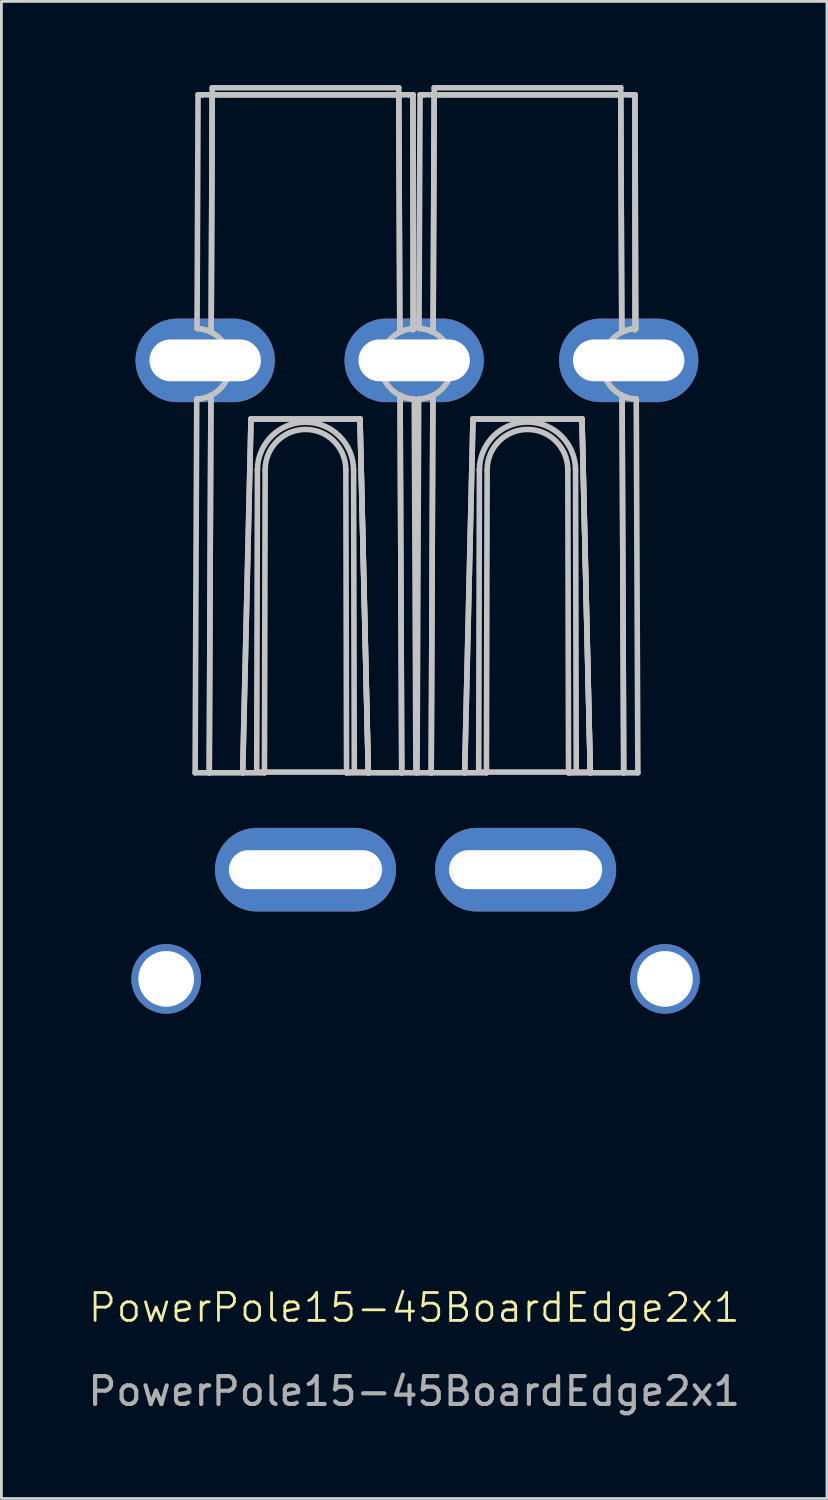
<source format=kicad_pcb>
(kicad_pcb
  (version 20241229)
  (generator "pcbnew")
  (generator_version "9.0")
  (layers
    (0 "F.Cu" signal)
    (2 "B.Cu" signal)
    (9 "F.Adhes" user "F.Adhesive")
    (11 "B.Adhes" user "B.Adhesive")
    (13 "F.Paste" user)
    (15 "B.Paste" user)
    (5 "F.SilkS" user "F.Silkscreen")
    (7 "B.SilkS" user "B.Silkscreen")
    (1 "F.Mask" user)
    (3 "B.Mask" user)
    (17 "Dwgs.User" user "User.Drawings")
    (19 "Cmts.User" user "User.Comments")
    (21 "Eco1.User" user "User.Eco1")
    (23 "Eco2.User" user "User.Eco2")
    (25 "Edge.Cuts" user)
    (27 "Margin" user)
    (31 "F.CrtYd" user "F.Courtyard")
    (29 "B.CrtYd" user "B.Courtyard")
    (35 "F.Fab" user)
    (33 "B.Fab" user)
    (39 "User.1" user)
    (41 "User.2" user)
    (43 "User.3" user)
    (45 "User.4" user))
  (footprint "PowerPole15-45BoardEdge2x1"
    (layer "F.Cu")
    (at 7.915 36.084)
    (property "Reference" "PowerPole15-45BoardEdge2x1" (at 3.9 7.8 0) (unlocked yes) (layer "F.SilkS") (effects (font (size 1 1) (thickness 0.1))))
    (attr board_only exclude_from_pos_files exclude_from_bom)
    (fp_line (start -3.962 -11.397) (end -3.454 -11.397) (stroke (width 0.2) (type default)) (layer "Dwgs.User"))
    (fp_line (start -3.904 -24.81) (end -3.962 -11.397) (stroke (width 0.2) (type default)) (layer "Dwgs.User"))
    (fp_line (start -3.865 -24.812) (end -3.755 -24.825) (stroke (width 0.2) (type default)) (layer "Dwgs.User"))
    (fp_line (start -3.856 -35.732) (end -3.893 -27.346) (stroke (width 0.2) (type default)) (layer "Dwgs.User"))
    (fp_line (start -3.755 -24.825) (end -3.585 -24.866) (stroke (width 0.2) (type default)) (layer "Dwgs.User"))
    (fp_line (start -3.744 -27.329) (end -3.854 -27.344) (stroke (width 0.2) (type default)) (layer "Dwgs.User"))
    (fp_line (start -3.707 -35.732) (end -3.856 -35.732) (stroke (width 0.2) (type default)) (layer "Dwgs.User"))
    (fp_line (start -3.585 -24.866) (end -3.395 -24.942) (stroke (width 0.2) (type default)) (layer "Dwgs.User"))
    (fp_line (start -3.575 -27.288) (end -3.744 -27.329) (stroke (width 0.2) (type default)) (layer "Dwgs.User"))
    (fp_line (start -3.454 -11.397) (end -3.395 -24.942) (stroke (width 0.2) (type default)) (layer "Dwgs.User"))
    (fp_line (start -3.454 -11.397) (end -2.255 -11.397) (stroke (width 0.2) (type default)) (layer "Dwgs.User"))
    (fp_line (start -3.395 -24.942) (end -3.454 -11.397) (stroke (width 0.2) (type default)) (layer "Dwgs.User"))
    (fp_line (start -3.385 -27.21) (end -3.575 -27.288) (stroke (width 0.2) (type default)) (layer "Dwgs.User"))
    (fp_line (start -3.385 -27.21) (end -3.348 -35.732) (stroke (width 0.2) (type default)) (layer "Dwgs.User"))
    (fp_line (start -3.348 -35.984) (end 3.348 -35.984) (stroke (width 0.2) (type default)) (layer "Dwgs.User"))
    (fp_line (start -3.348 -35.732) (end -3.707 -35.732) (stroke (width 0.2) (type default)) (layer "Dwgs.User"))
    (fp_line (start -3.348 -35.732) (end -3.385 -27.21) (stroke (width 0.2) (type default)) (layer "Dwgs.User"))
    (fp_line (start -3.348 -35.732) (end -3.348 -35.984) (stroke (width 0.2) (type default)) (layer "Dwgs.User"))
    (fp_line (start -2.255 -11.397) (end -1.956 -24.097) (stroke (width 0.2) (type default)) (layer "Dwgs.User"))
    (fp_line (start -2.255 -11.397) (end -1.473 -11.397) (stroke (width 0.2) (type default)) (layer "Dwgs.User"))
    (fp_line (start -1.956 -24.097) (end -2.255 -11.397) (stroke (width 0.2) (type default)) (layer "Dwgs.User"))
    (fp_line (start -1.956 -24.097) (end 1.956 -24.097) (stroke (width 0.2) (type default)) (layer "Dwgs.User"))
    (fp_line (start -1.751 -11.423) (end 2.254 -11.423) (stroke (width 0.2) (type default)) (layer "Dwgs.User"))
    (fp_line (start -1.726 -22.274) (end -1.751 -11.423) (stroke (width 0.2) (type default)) (layer "Dwgs.User"))
    (fp_line (start -1.726 -22.274) (end -1.726 -22.274) (stroke (width 0.2) (type default)) (layer "Dwgs.User"))
    (fp_line (start -1.651 -8.4) (end -1.651 -7.359) (stroke (width 0.2) (type default)) (layer "Dwgs.User"))
    (fp_line (start -1.651 -7.359) (end 1.651 -7.359) (stroke (width 0.2) (type default)) (layer "Dwgs.User"))
    (fp_line (start -1.473 -11.397) (end -1.448 -22.273) (stroke (width 0.2) (type default)) (layer "Dwgs.User"))
    (fp_line (start 1.448 -22.273) (end 1.473 -11.397) (stroke (width 0.2) (type default)) (layer "Dwgs.User"))
    (fp_line (start 1.473 -11.397) (end 2.255 -11.397) (stroke (width 0.2) (type default)) (layer "Dwgs.User"))
    (fp_line (start 1.651 -8.4) (end -1.651 -8.4) (stroke (width 0.2) (type default)) (layer "Dwgs.User"))
    (fp_line (start 1.651 -7.359) (end 1.651 -8.4) (stroke (width 0.2) (type default)) (layer "Dwgs.User"))
    (fp_line (start 1.751 -11.423) (end 1.473 -11.397) (stroke (width 0.2) (type default)) (layer "Dwgs.User"))
    (fp_line (start 1.751 -11.423) (end 1.726 -22.274) (stroke (width 0.2) (type default)) (layer "Dwgs.User"))
    (fp_line (start 1.956 -24.097) (end -1.956 -24.097) (stroke (width 0.2) (type default)) (layer "Dwgs.User"))
    (fp_line (start 1.956 -24.097) (end 2.255 -11.397) (stroke (width 0.2) (type default)) (layer "Dwgs.User"))
    (fp_line (start 1.956 -24.097) (end 2.255 -11.397) (stroke (width 0.2) (type default)) (layer "Dwgs.User"))
    (fp_line (start 2.254 -11.423) (end 1.956 -24.097) (stroke (width 0.2) (type default)) (layer "Dwgs.User"))
    (fp_line (start 2.255 -11.397) (end 3.454 -11.397) (stroke (width 0.2) (type default)) (layer "Dwgs.User"))
    (fp_line (start 3.348 -35.984) (end 3.348 -35.732) (stroke (width 0.2) (type default)) (layer "Dwgs.User"))
    (fp_line (start 3.348 -35.732) (end -3.348 -35.732) (stroke (width 0.2) (type default)) (layer "Dwgs.User"))
    (fp_line (start 3.348 -35.732) (end -3.348 -35.732) (stroke (width 0.2) (type default)) (layer "Dwgs.User"))
    (fp_line (start 3.348 -35.732) (end 3.385 -27.21) (stroke (width 0.2) (type default)) (layer "Dwgs.User"))
    (fp_line (start 3.385 -27.21) (end 3.348 -35.732) (stroke (width 0.2) (type default)) (layer "Dwgs.User"))
    (fp_line (start 3.395 -24.942) (end 3.454 -11.397) (stroke (width 0.2) (type default)) (layer "Dwgs.User"))
    (fp_line (start 3.395 -24.942) (end 3.585 -24.866) (stroke (width 0.2) (type default)) (layer "Dwgs.User"))
    (fp_line (start 3.454 -11.397) (end 3.395 -24.942) (stroke (width 0.2) (type default)) (layer "Dwgs.User"))
    (fp_line (start 3.454 -11.397) (end 3.962 -11.397) (stroke (width 0.2) (type default)) (layer "Dwgs.User"))
    (fp_line (start 3.575 -27.288) (end 3.385 -27.21) (stroke (width 0.2) (type default)) (layer "Dwgs.User"))
    (fp_line (start 3.585 -24.866) (end 3.755 -24.825) (stroke (width 0.2) (type default)) (layer "Dwgs.User"))
    (fp_line (start 3.707 -35.732) (end 3.348 -35.732) (stroke (width 0.2) (type default)) (layer "Dwgs.User"))
    (fp_line (start 3.745 -27.33) (end 3.575 -27.288) (stroke (width 0.2) (type default)) (layer "Dwgs.User"))
    (fp_line (start 3.755 -24.825) (end 3.865 -24.812) (stroke (width 0.2) (type default)) (layer "Dwgs.User"))
    (fp_line (start 3.854 -27.344) (end 3.745 -27.33) (stroke (width 0.2) (type default)) (layer "Dwgs.User"))
    (fp_line (start 3.855 -35.732) (end 3.856 -35.732) (stroke (width 0.2) (type default)) (layer "Dwgs.User"))
    (fp_line (start 3.855 -35.732) (end 3.707 -35.732) (stroke (width 0.2) (type default)) (layer "Dwgs.User"))
    (fp_line (start 3.855 -35.732) (end 3.855 -27.292) (stroke (width 0.2) (type default)) (layer "Dwgs.User"))
    (fp_line (start 3.893 -27.346) (end 3.856 -35.732) (stroke (width 0.2) (type default)) (layer "Dwgs.User"))
    (fp_line (start 3.962 -11.397) (end 3.904 -24.81) (stroke (width 0.2) (type default)) (layer "Dwgs.User"))
    (fp_line (start 4.004 -11.397) (end 4.512 -11.397) (stroke (width 0.2) (type default)) (layer "Dwgs.User"))
    (fp_line (start 4.063 -24.81) (end 4.004 -11.397) (stroke (width 0.2) (type default)) (layer "Dwgs.User"))
    (fp_line (start 4.102 -24.812) (end 4.212 -24.825) (stroke (width 0.2) (type default)) (layer "Dwgs.User"))
    (fp_line (start 4.111 -35.732) (end 4.074 -27.346) (stroke (width 0.2) (type default)) (layer "Dwgs.User"))
    (fp_line (start 4.212 -24.825) (end 4.382 -24.866) (stroke (width 0.2) (type default)) (layer "Dwgs.User"))
    (fp_line (start 4.223 -27.329) (end 4.113 -27.344) (stroke (width 0.2) (type default)) (layer "Dwgs.User"))
    (fp_line (start 4.259 -35.732) (end 4.111 -35.732) (stroke (width 0.2) (type default)) (layer "Dwgs.User"))
    (fp_line (start 4.382 -24.866) (end 4.572 -24.942) (stroke (width 0.2) (type default)) (layer "Dwgs.User"))
    (fp_line (start 4.392 -27.288) (end 4.223 -27.329) (stroke (width 0.2) (type default)) (layer "Dwgs.User"))
    (fp_line (start 4.512 -11.397) (end 4.572 -24.942) (stroke (width 0.2) (type default)) (layer "Dwgs.User"))
    (fp_line (start 4.512 -11.397) (end 5.712 -11.397) (stroke (width 0.2) (type default)) (layer "Dwgs.User"))
    (fp_line (start 4.572 -24.942) (end 4.512 -11.397) (stroke (width 0.2) (type default)) (layer "Dwgs.User"))
    (fp_line (start 4.581 -27.21) (end 4.392 -27.288) (stroke (width 0.2) (type default)) (layer "Dwgs.User"))
    (fp_line (start 4.581 -27.21) (end 4.619 -35.732) (stroke (width 0.2) (type default)) (layer "Dwgs.User"))
    (fp_line (start 4.619 -35.984) (end 11.315 -35.984) (stroke (width 0.2) (type default)) (layer "Dwgs.User"))
    (fp_line (start 4.619 -35.732) (end 4.259 -35.732) (stroke (width 0.2) (type default)) (layer "Dwgs.User"))
    (fp_line (start 4.619 -35.732) (end 4.581 -27.21) (stroke (width 0.2) (type default)) (layer "Dwgs.User"))
    (fp_line (start 4.619 -35.732) (end 4.619 -35.984) (stroke (width 0.2) (type default)) (layer "Dwgs.User"))
    (fp_line (start 5.712 -11.397) (end 6.011 -24.097) (stroke (width 0.2) (type default)) (layer "Dwgs.User"))
    (fp_line (start 5.712 -11.397) (end 6.494 -11.397) (stroke (width 0.2) (type default)) (layer "Dwgs.User"))
    (fp_line (start 6.011 -24.097) (end 5.712 -11.397) (stroke (width 0.2) (type default)) (layer "Dwgs.User"))
    (fp_line (start 6.011 -24.097) (end 9.923 -24.097) (stroke (width 0.2) (type default)) (layer "Dwgs.User"))
    (fp_line (start 6.216 -11.423) (end 10.221 -11.423) (stroke (width 0.2) (type default)) (layer "Dwgs.User"))
    (fp_line (start 6.241 -22.274) (end 6.216 -11.423) (stroke (width 0.2) (type default)) (layer "Dwgs.User"))
    (fp_line (start 6.241 -22.274) (end 6.241 -22.274) (stroke (width 0.2) (type default)) (layer "Dwgs.User"))
    (fp_line (start 6.316 -8.4) (end 6.316 -7.359) (stroke (width 0.2) (type default)) (layer "Dwgs.User"))
    (fp_line (start 6.316 -7.359) (end 9.618 -7.359) (stroke (width 0.2) (type default)) (layer "Dwgs.User"))
    (fp_line (start 6.494 -11.397) (end 6.519 -22.273) (stroke (width 0.2) (type default)) (layer "Dwgs.User"))
    (fp_line (start 9.415 -22.273) (end 9.44 -11.397) (stroke (width 0.2) (type default)) (layer "Dwgs.User"))
    (fp_line (start 9.44 -11.397) (end 10.222 -11.397) (stroke (width 0.2) (type default)) (layer "Dwgs.User"))
    (fp_line (start 9.618 -8.4) (end 6.316 -8.4) (stroke (width 0.2) (type default)) (layer "Dwgs.User"))
    (fp_line (start 9.618 -7.359) (end 9.618 -8.4) (stroke (width 0.2) (type default)) (layer "Dwgs.User"))
    (fp_line (start 9.718 -11.423) (end 9.44 -11.397) (stroke (width 0.2) (type default)) (layer "Dwgs.User"))
    (fp_line (start 9.718 -11.423) (end 9.692 -22.274) (stroke (width 0.2) (type default)) (layer "Dwgs.User"))
    (fp_line (start 9.923 -24.097) (end 6.011 -24.097) (stroke (width 0.2) (type default)) (layer "Dwgs.User"))
    (fp_line (start 9.923 -24.097) (end 10.222 -11.397) (stroke (width 0.2) (type default)) (layer "Dwgs.User"))
    (fp_line (start 9.923 -24.097) (end 10.222 -11.397) (stroke (width 0.2) (type default)) (layer "Dwgs.User"))
    (fp_line (start 10.221 -11.423) (end 9.923 -24.097) (stroke (width 0.2) (type default)) (layer "Dwgs.User"))
    (fp_line (start 10.222 -11.397) (end 11.421 -11.397) (stroke (width 0.2) (type default)) (layer "Dwgs.User"))
    (fp_line (start 11.315 -35.984) (end 11.315 -35.732) (stroke (width 0.2) (type default)) (layer "Dwgs.User"))
    (fp_line (start 11.315 -35.732) (end 4.619 -35.732) (stroke (width 0.2) (type default)) (layer "Dwgs.User"))
    (fp_line (start 11.315 -35.732) (end 4.619 -35.732) (stroke (width 0.2) (type default)) (layer "Dwgs.User"))
    (fp_line (start 11.315 -35.732) (end 11.352 -27.21) (stroke (width 0.2) (type default)) (layer "Dwgs.User"))
    (fp_line (start 11.352 -27.21) (end 11.315 -35.732) (stroke (width 0.2) (type default)) (layer "Dwgs.User"))
    (fp_line (start 11.362 -24.942) (end 11.421 -11.397) (stroke (width 0.2) (type default)) (layer "Dwgs.User"))
    (fp_line (start 11.362 -24.942) (end 11.552 -24.866) (stroke (width 0.2) (type default)) (layer "Dwgs.User"))
    (fp_line (start 11.421 -11.397) (end 11.362 -24.942) (stroke (width 0.2) (type default)) (layer "Dwgs.User"))
    (fp_line (start 11.421 -11.397) (end 11.929 -11.397) (stroke (width 0.2) (type default)) (layer "Dwgs.User"))
    (fp_line (start 11.542 -27.288) (end 11.352 -27.21) (stroke (width 0.2) (type default)) (layer "Dwgs.User"))
    (fp_line (start 11.552 -24.866) (end 11.722 -24.825) (stroke (width 0.2) (type default)) (layer "Dwgs.User"))
    (fp_line (start 11.674 -35.732) (end 11.315 -35.732) (stroke (width 0.2) (type default)) (layer "Dwgs.User"))
    (fp_line (start 11.712 -27.33) (end 11.542 -27.288) (stroke (width 0.2) (type default)) (layer "Dwgs.User"))
    (fp_line (start 11.722 -24.825) (end 11.832 -24.812) (stroke (width 0.2) (type default)) (layer "Dwgs.User"))
    (fp_line (start 11.821 -27.344) (end 11.712 -27.33) (stroke (width 0.2) (type default)) (layer "Dwgs.User"))
    (fp_line (start 11.822 -35.732) (end 11.823 -35.732) (stroke (width 0.2) (type default)) (layer "Dwgs.User"))
    (fp_line (start 11.822 -35.732) (end 11.674 -35.732) (stroke (width 0.2) (type default)) (layer "Dwgs.User"))
    (fp_line (start 11.822 -35.732) (end 11.822 -27.292) (stroke (width 0.2) (type default)) (layer "Dwgs.User"))
    (fp_line (start 11.86 -27.346) (end 11.823 -35.732) (stroke (width 0.2) (type default)) (layer "Dwgs.User"))
    (fp_line (start 11.929 -11.397) (end 11.871 -24.81) (stroke (width 0.2) (type default)) (layer "Dwgs.User"))
    (fp_arc (start -1.725546 -22.273764) (mid 0 -23.995286) (end 1.725547 -22.273765) (stroke (width 0.2) (type default)) (layer "Dwgs.User"))
    (fp_arc (start -1.4478 -22.273115) (mid 0 -23.717538) (end 1.4478 -22.273115) (stroke (width 0.2) (type default)) (layer "Dwgs.User"))
    (fp_arc (start 6.241316 -22.273764) (mid 7.966862 -23.995286) (end 9.692409 -22.273765) (stroke (width 0.2) (type default)) (layer "Dwgs.User"))
    (fp_arc (start 6.519062 -22.273115) (mid 7.966862 -23.717538) (end 9.414662 -22.273115) (stroke (width 0.2) (type default)) (layer "Dwgs.User"))
    (fp_curve (pts (xy -3.904 -24.81) (xy -3.904 -24.81) (xy -3.891 -24.81) (xy -3.865 -24.812)) (stroke (width 0.2) (type default)) (layer "Dwgs.User"))
    (fp_curve (pts (xy -3.854 -27.344) (xy -3.88 -27.346) (xy -3.893 -27.346) (xy -3.893 -27.346)) (stroke (width 0.2) (type default)) (layer "Dwgs.User"))
    (fp_curve (pts (xy -3.395 -24.942) (xy -2.966 -25.156) (xy -2.695 -25.593) (xy -2.692 -26.073)) (stroke (width 0.2) (type default)) (layer "Dwgs.User"))
    (fp_curve (pts (xy -2.692 -26.073) (xy -2.69 -26.552) (xy -2.958 -26.992) (xy -3.385 -27.21)) (stroke (width 0.2) (type default)) (layer "Dwgs.User"))
    (fp_curve (pts (xy 2.692 -26.073) (xy 2.695 -25.593) (xy 2.966 -25.156) (xy 3.395 -24.942)) (stroke (width 0.2) (type default)) (layer "Dwgs.User"))
    (fp_curve (pts (xy 3.385 -27.21) (xy 2.958 -26.992) (xy 2.69 -26.552) (xy 2.692 -26.073)) (stroke (width 0.2) (type default)) (layer "Dwgs.User"))
    (fp_curve (pts (xy 3.865 -24.812) (xy 3.891 -24.81) (xy 3.904 -24.81) (xy 3.904 -24.81)) (stroke (width 0.2) (type default)) (layer "Dwgs.User"))
    (fp_curve (pts (xy 3.893 -27.346) (xy 3.893 -27.346) (xy 3.88 -27.346) (xy 3.854 -27.344)) (stroke (width 0.2) (type default)) (layer "Dwgs.User"))
    (fp_curve (pts (xy 4.063 -24.81) (xy 4.063 -24.81) (xy 4.076 -24.81) (xy 4.102 -24.812)) (stroke (width 0.2) (type default)) (layer "Dwgs.User"))
    (fp_curve (pts (xy 4.113 -27.344) (xy 4.087 -27.346) (xy 4.074 -27.346) (xy 4.074 -27.346)) (stroke (width 0.2) (type default)) (layer "Dwgs.User"))
    (fp_curve (pts (xy 4.572 -24.942) (xy 5.001 -25.156) (xy 5.272 -25.593) (xy 5.274 -26.073)) (stroke (width 0.2) (type default)) (layer "Dwgs.User"))
    (fp_curve (pts (xy 5.274 -26.073) (xy 5.277 -26.552) (xy 5.009 -26.992) (xy 4.581 -27.21)) (stroke (width 0.2) (type default)) (layer "Dwgs.User"))
    (fp_curve (pts (xy 10.659 -26.073) (xy 10.661 -25.593) (xy 10.933 -25.156) (xy 11.362 -24.942)) (stroke (width 0.2) (type default)) (layer "Dwgs.User"))
    (fp_curve (pts (xy 11.352 -27.21) (xy 10.925 -26.992) (xy 10.657 -26.552) (xy 10.659 -26.073)) (stroke (width 0.2) (type default)) (layer "Dwgs.User"))
    (fp_curve (pts (xy 11.832 -24.812) (xy 11.858 -24.81) (xy 11.871 -24.81) (xy 11.871 -24.81)) (stroke (width 0.2) (type default)) (layer "Dwgs.User"))
    (fp_curve (pts (xy 11.86 -27.346) (xy 11.86 -27.346) (xy 11.847 -27.346) (xy 11.821 -27.344)) (stroke (width 0.2) (type default)) (layer "Dwgs.User"))
    (fp_text user "${REFERENCE}" (at 3.9 10.8 0) (unlocked yes) (layer "F.Fab") (effects (font (size 1 1) (thickness 0.15))))
    (pad "" np_thru_hole oval (at -5 -4) (size 2.5 2.5) (drill oval 2) (layers "*.Cu" "*.Mask"))
    (pad "" thru_hole oval (at -3.6 -26.2) (size 5 3) (drill oval 4 1.5) (layers "*.Cu" "*.Mask"))
    (pad "" thru_hole oval (at 3.9 -26.2) (size 5 3) (drill oval 4 1.5) (layers "*.Cu" "*.Mask"))
    (pad "" thru_hole oval (at 11.6 -26.2) (size 5 3) (drill oval 4 1.5) (layers "*.Cu" "*.Mask"))
    (pad "" np_thru_hole oval (at 12.9 -4) (size 2.5 2.5) (drill oval 2) (layers "*.Cu" "*.Mask"))
    (pad "1" thru_hole oval (at 0 -7.92) (size 6.5 3) (drill oval 5.5 1.4) (layers "*.Cu" "*.Mask"))
    (pad "2" thru_hole oval (at 7.9 -7.92) (size 6.5 3) (drill oval 5.5 1.4) (layers "*.Cu" "*.Mask")))
  (gr_rect
    (start -3 -3)
    (end 26.631 50.733)
    (stroke (width 0.1) (type default))
    (fill no)
    (layer "Edge.Cuts")))
</source>
